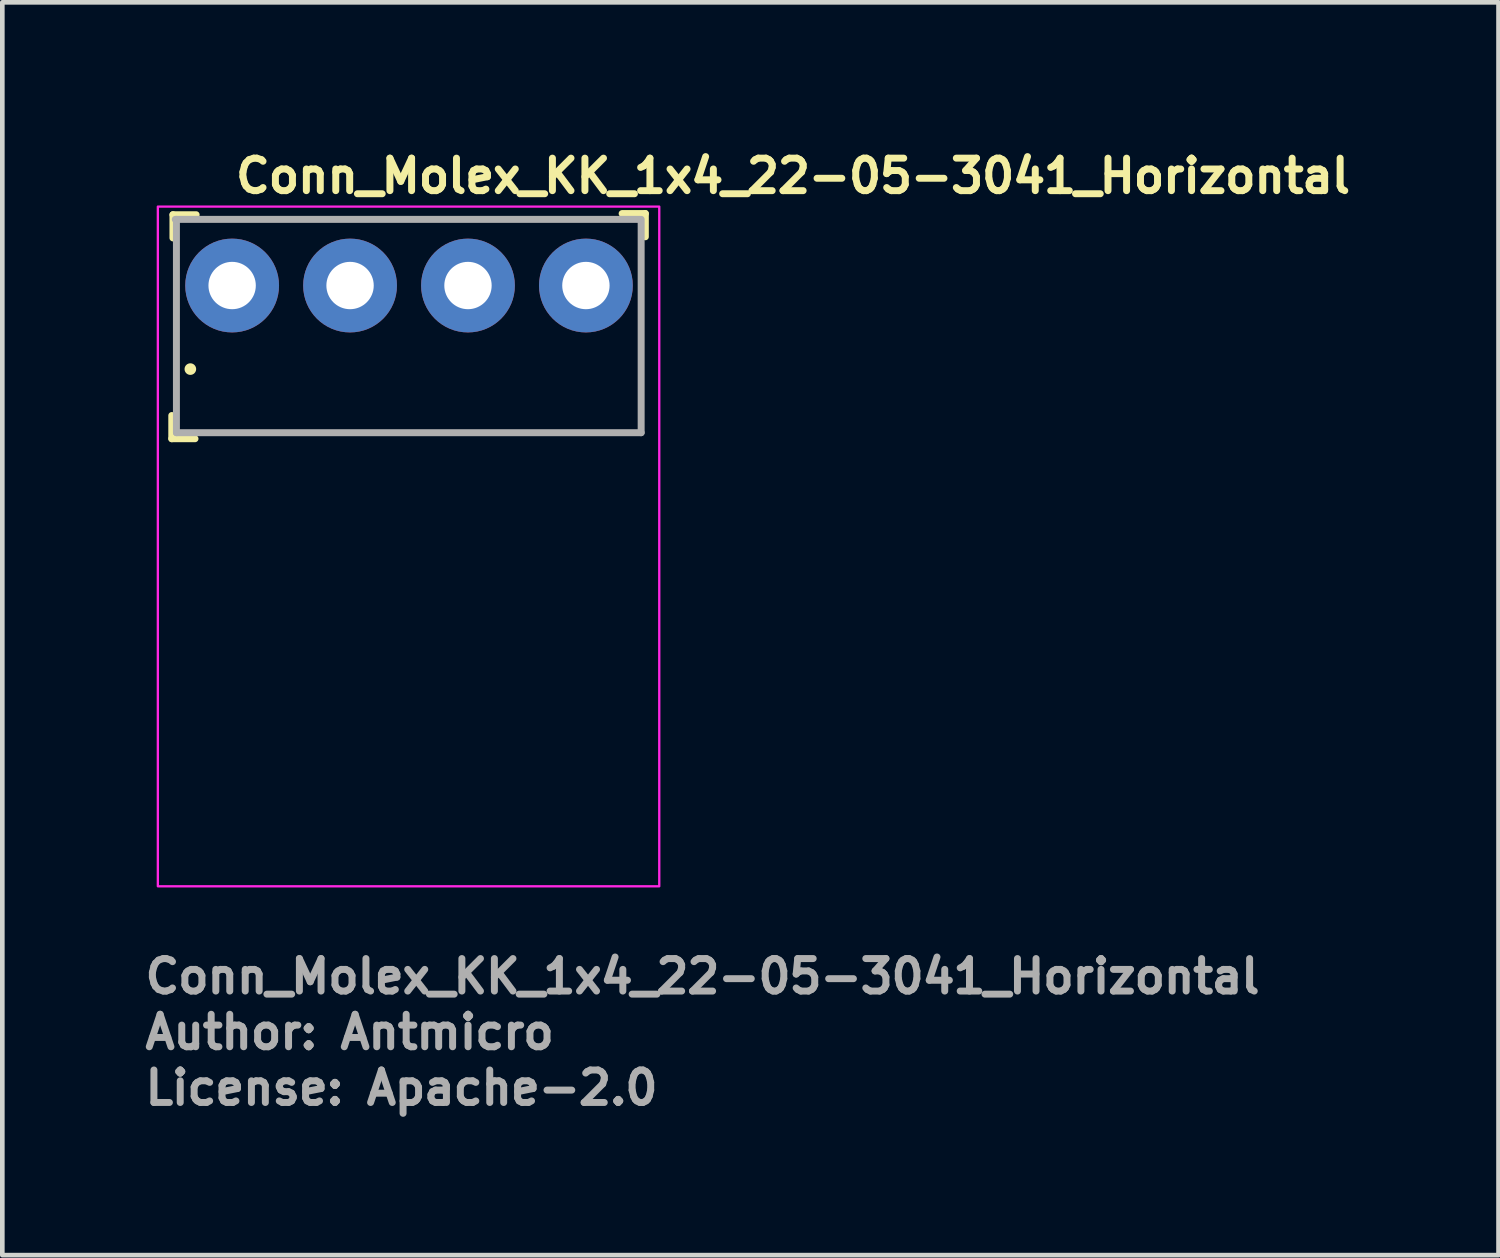
<source format=kicad_pcb>
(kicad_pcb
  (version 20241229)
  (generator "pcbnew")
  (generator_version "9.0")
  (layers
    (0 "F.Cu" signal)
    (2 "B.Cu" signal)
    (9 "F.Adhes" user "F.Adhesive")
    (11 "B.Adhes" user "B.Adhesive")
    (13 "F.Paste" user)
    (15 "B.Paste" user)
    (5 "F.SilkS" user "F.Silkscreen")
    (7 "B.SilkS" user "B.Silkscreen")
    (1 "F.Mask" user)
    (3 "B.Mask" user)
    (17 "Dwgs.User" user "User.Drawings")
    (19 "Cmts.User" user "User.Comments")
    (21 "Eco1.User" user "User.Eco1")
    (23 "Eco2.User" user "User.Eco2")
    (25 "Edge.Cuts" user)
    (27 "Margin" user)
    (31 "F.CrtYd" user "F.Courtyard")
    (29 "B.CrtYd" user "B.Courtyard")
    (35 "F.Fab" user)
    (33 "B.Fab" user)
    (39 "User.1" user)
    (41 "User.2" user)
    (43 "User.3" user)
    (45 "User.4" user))
  (footprint "Conn_Molex_KK_1x4_22-05-3041_Horizontal"
    (layer "F.Cu")
    (at 1.95 3.1)
    (property "Reference" "Conn_Molex_KK_1x4_22-05-3041_Horizontal" (at 0 -1.95 0) (layer "F.SilkS") (effects (font (size 0.7 0.7) (thickness 0.15)) (justify left bottom)))
    (attr through_hole)
    (fp_line (start -1.3 3.3) (end -1.3 2.8) (stroke (width 0.15) (type solid)) (layer "F.SilkS"))
    (fp_line (start -1.3 3.3) (end -0.8 3.3) (stroke (width 0.15) (type solid)) (layer "F.SilkS"))
    (fp_line (start -1.275 -1.525) (end -1.275 -1.025) (stroke (width 0.15) (type solid)) (layer "F.SilkS"))
    (fp_line (start -1.275 -1.525) (end -0.775 -1.525) (stroke (width 0.15) (type solid)) (layer "F.SilkS"))
    (fp_line (start 8.9 -1.55) (end 8.4 -1.55) (stroke (width 0.15) (type solid)) (layer "F.SilkS"))
    (fp_line (start 8.9 -1.55) (end 8.9 -1.05) (stroke (width 0.15) (type solid)) (layer "F.SilkS"))
    (fp_circle (center -0.9 1.8) (end -0.85 1.8) (stroke (width 0.15) (type solid)) (fill yes) (layer "F.SilkS"))
    (fp_rect (start -1.6 -1.7) (end 9.2 12.94) (stroke (width 0.05) (type solid)) (fill no) (layer "F.CrtYd"))
    (fp_line (start -1.225 -1.425) (end 8.785 -1.425) (stroke (width 0.15) (type solid)) (layer "F.Fab"))
    (fp_line (start -1.2 -1.425) (end -1.2 3.17) (stroke (width 0.15) (type solid)) (layer "F.Fab"))
    (fp_line (start -1.2 3.17) (end 8.81 3.17) (stroke (width 0.15) (type solid)) (layer "F.Fab"))
    (fp_line (start 8.81 -1.425) (end 8.81 3.17) (stroke (width 0.15) (type solid)) (layer "F.Fab"))
    (fp_rect (start -1.204 -0.576) (end 8.804 12.543) (stroke (width 0.1) (type solid)) (fill no) (layer "User.5"))
    (fp_line (start -1.204 2.662) (end -1.204 5.838) (stroke (width 0.02) (type solid)) (layer "User.9"))
    (fp_line (start -1.204 2.662) (end -0.454 2.662) (stroke (width 0.02) (type solid)) (layer "User.9"))
    (fp_line (start -1.204 5.838) (end -0.01 5.838) (stroke (width 0.02) (type solid)) (layer "User.9"))
    (fp_line (start -0.518 -0.068) (end -0.514 -0.129) (stroke (width 0.02) (type solid)) (layer "User.9"))
    (fp_line (start -0.515 -0.011) (end -0.518 -0.068) (stroke (width 0.02) (type solid)) (layer "User.9"))
    (fp_line (start -0.514 -0.129) (end -0.503 -0.19) (stroke (width 0.02) (type solid)) (layer "User.9"))
    (fp_line (start -0.505 0.045) (end -0.515 -0.011) (stroke (width 0.02) (type solid)) (layer "User.9"))
    (fp_line (start -0.503 -0.19) (end -0.485 -0.248) (stroke (width 0.02) (type solid)) (layer "User.9"))
    (fp_line (start -0.49 0.099) (end -0.505 0.045) (stroke (width 0.02) (type solid)) (layer "User.9"))
    (fp_line (start -0.485 -0.248) (end -0.46 -0.304) (stroke (width 0.02) (type solid)) (layer "User.9"))
    (fp_line (start -0.468 0.152) (end -0.49 0.099) (stroke (width 0.02) (type solid)) (layer "User.9"))
    (fp_line (start -0.46 -0.304) (end -0.428 -0.357) (stroke (width 0.02) (type solid)) (layer "User.9"))
    (fp_line (start -0.454 2.662) (end -0.454 3.298) (stroke (width 0.02) (type solid)) (layer "User.9"))
    (fp_line (start -0.44 0.202) (end -0.468 0.152) (stroke (width 0.02) (type solid)) (layer "User.9"))
    (fp_line (start -0.428 -0.357) (end -0.39 -0.405) (stroke (width 0.02) (type solid)) (layer "User.9"))
    (fp_line (start -0.408 0.248) (end -0.44 0.202) (stroke (width 0.02) (type solid)) (layer "User.9"))
    (fp_line (start -0.39 -0.405) (end -0.347 -0.448) (stroke (width 0.02) (type solid)) (layer "User.9"))
    (fp_line (start -0.37 0.291) (end -0.408 0.248) (stroke (width 0.02) (type solid)) (layer "User.9"))
    (fp_line (start -0.347 -0.448) (end -0.299 -0.486) (stroke (width 0.02) (type solid)) (layer "User.9"))
    (fp_line (start -0.328 -0.386) (end -0.328 -0.374) (stroke (width 0.02) (type solid)) (layer "User.9"))
    (fp_line (start -0.328 -0.386) (end 0.308 -0.386) (stroke (width 0.02) (type solid)) (layer "User.9"))
    (fp_line (start -0.328 -0.374) (end -0.328 -0.34) (stroke (width 0.02) (type solid)) (layer "User.9"))
    (fp_line (start -0.328 -0.34) (end -0.328 -0.284) (stroke (width 0.02) (type solid)) (layer "User.9"))
    (fp_line (start -0.328 -0.284) (end -0.328 -0.207) (stroke (width 0.02) (type solid)) (layer "User.9"))
    (fp_line (start -0.328 -0.207) (end -0.328 -0.109) (stroke (width 0.02) (type solid)) (layer "User.9"))
    (fp_line (start -0.328 -0.109) (end -0.328 0.008) (stroke (width 0.02) (type solid)) (layer "User.9"))
    (fp_line (start -0.328 0.008) (end -0.328 0.143) (stroke (width 0.02) (type solid)) (layer "User.9"))
    (fp_line (start -0.328 0.143) (end -0.328 0.293) (stroke (width 0.02) (type solid)) (layer "User.9"))
    (fp_line (start -0.328 0.293) (end -0.328 0.458) (stroke (width 0.02) (type solid)) (layer "User.9"))
    (fp_line (start -0.328 0.329) (end -0.37 0.291) (stroke (width 0.02) (type solid)) (layer "User.9"))
    (fp_line (start -0.328 0.458) (end -0.328 0.635) (stroke (width 0.02) (type solid)) (layer "User.9"))
    (fp_line (start -0.328 0.635) (end -0.328 0.822) (stroke (width 0.02) (type solid)) (layer "User.9"))
    (fp_line (start -0.328 0.822) (end -0.328 1.017) (stroke (width 0.02) (type solid)) (layer "User.9"))
    (fp_line (start -0.328 1.017) (end -0.328 1.216) (stroke (width 0.02) (type solid)) (layer "User.9"))
    (fp_line (start -0.328 1.216) (end -0.328 1.418) (stroke (width 0.02) (type solid)) (layer "User.9"))
    (fp_line (start -0.328 1.418) (end -0.328 3.298) (stroke (width 0.02) (type solid)) (layer "User.9"))
    (fp_line (start -0.328 1.418) (end 0.308 1.418) (stroke (width 0.02) (type solid)) (layer "User.9"))
    (fp_line (start -0.328 5.838) (end -0.328 12.543) (stroke (width 0.02) (type solid)) (layer "User.9"))
    (fp_line (start -0.328 5.838) (end -0.01 5.838) (stroke (width 0.02) (type solid)) (layer "User.9"))
    (fp_line (start -0.328 12.543) (end 0.308 12.543) (stroke (width 0.02) (type solid)) (layer "User.9"))
    (fp_line (start -0.299 -0.486) (end -0.246 -0.518) (stroke (width 0.02) (type solid)) (layer "User.9"))
    (fp_line (start -0.246 -0.518) (end -0.19 -0.543) (stroke (width 0.02) (type solid)) (layer "User.9"))
    (fp_line (start -0.19 -0.543) (end -0.132 -0.561) (stroke (width 0.02) (type solid)) (layer "User.9"))
    (fp_line (start -0.132 -0.561) (end -0.071 -0.572) (stroke (width 0.02) (type solid)) (layer "User.9"))
    (fp_line (start -0.071 -0.572) (end -0.01 -0.576) (stroke (width 0.02) (type solid)) (layer "User.9"))
    (fp_line (start -0.01 -0.576) (end 0.051 -0.572) (stroke (width 0.02) (type solid)) (layer "User.9"))
    (fp_line (start -0.01 5.838) (end -0.01 10.841) (stroke (width 0.02) (type solid)) (layer "User.9"))
    (fp_line (start -0.01 10.841) (end 7.61 10.841) (stroke (width 0.02) (type solid)) (layer "User.9"))
    (fp_line (start 0.051 -0.572) (end 0.112 -0.561) (stroke (width 0.02) (type solid)) (layer "User.9"))
    (fp_line (start 0.112 -0.561) (end 0.17 -0.543) (stroke (width 0.02) (type solid)) (layer "User.9"))
    (fp_line (start 0.17 -0.543) (end 0.226 -0.518) (stroke (width 0.02) (type solid)) (layer "User.9"))
    (fp_line (start 0.226 -0.518) (end 0.279 -0.486) (stroke (width 0.02) (type solid)) (layer "User.9"))
    (fp_line (start 0.279 -0.486) (end 0.327 -0.448) (stroke (width 0.02) (type solid)) (layer "User.9"))
    (fp_line (start 0.308 -0.386) (end 0.308 -0.374) (stroke (width 0.02) (type solid)) (layer "User.9"))
    (fp_line (start 0.308 -0.374) (end 0.308 -0.34) (stroke (width 0.02) (type solid)) (layer "User.9"))
    (fp_line (start 0.308 -0.34) (end 0.308 -0.284) (stroke (width 0.02) (type solid)) (layer "User.9"))
    (fp_line (start 0.308 -0.284) (end 0.308 -0.207) (stroke (width 0.02) (type solid)) (layer "User.9"))
    (fp_line (start 0.308 -0.207) (end 0.308 -0.109) (stroke (width 0.02) (type solid)) (layer "User.9"))
    (fp_line (start 0.308 -0.109) (end 0.308 0.008) (stroke (width 0.02) (type solid)) (layer "User.9"))
    (fp_line (start 0.308 0.008) (end 0.308 0.143) (stroke (width 0.02) (type solid)) (layer "User.9"))
    (fp_line (start 0.308 0.143) (end 0.308 0.293) (stroke (width 0.02) (type solid)) (layer "User.9"))
    (fp_line (start 0.308 0.293) (end 0.308 0.458) (stroke (width 0.02) (type solid)) (layer "User.9"))
    (fp_line (start 0.308 0.458) (end 0.308 0.635) (stroke (width 0.02) (type solid)) (layer "User.9"))
    (fp_line (start 0.308 0.635) (end 0.308 0.822) (stroke (width 0.02) (type solid)) (layer "User.9"))
    (fp_line (start 0.308 0.822) (end 0.308 1.017) (stroke (width 0.02) (type solid)) (layer "User.9"))
    (fp_line (start 0.308 1.017) (end 0.308 1.216) (stroke (width 0.02) (type solid)) (layer "User.9"))
    (fp_line (start 0.308 1.216) (end 0.308 1.418) (stroke (width 0.02) (type solid)) (layer "User.9"))
    (fp_line (start 0.308 1.418) (end 0.308 3.298) (stroke (width 0.02) (type solid)) (layer "User.9"))
    (fp_line (start 0.308 10.841) (end 0.308 12.543) (stroke (width 0.02) (type solid)) (layer "User.9"))
    (fp_line (start 0.327 -0.448) (end 0.37 -0.405) (stroke (width 0.02) (type solid)) (layer "User.9"))
    (fp_line (start 0.35 0.291) (end 0.308 0.329) (stroke (width 0.02) (type solid)) (layer "User.9"))
    (fp_line (start 0.37 -0.405) (end 0.408 -0.357) (stroke (width 0.02) (type solid)) (layer "User.9"))
    (fp_line (start 0.388 0.248) (end 0.35 0.291) (stroke (width 0.02) (type solid)) (layer "User.9"))
    (fp_line (start 0.408 -0.357) (end 0.44 -0.304) (stroke (width 0.02) (type solid)) (layer "User.9"))
    (fp_line (start 0.42 0.202) (end 0.388 0.248) (stroke (width 0.02) (type solid)) (layer "User.9"))
    (fp_line (start 0.434 2.662) (end 0.434 3.298) (stroke (width 0.02) (type solid)) (layer "User.9"))
    (fp_line (start 0.434 2.662) (end 2.086 2.662) (stroke (width 0.02) (type solid)) (layer "User.9"))
    (fp_line (start 0.434 3.298) (end -0.454 3.298) (stroke (width 0.02) (type solid)) (layer "User.9"))
    (fp_line (start 0.44 -0.304) (end 0.465 -0.248) (stroke (width 0.02) (type solid)) (layer "User.9"))
    (fp_line (start 0.448 0.152) (end 0.42 0.202) (stroke (width 0.02) (type solid)) (layer "User.9"))
    (fp_line (start 0.465 -0.248) (end 0.483 -0.19) (stroke (width 0.02) (type solid)) (layer "User.9"))
    (fp_line (start 0.47 0.099) (end 0.448 0.152) (stroke (width 0.02) (type solid)) (layer "User.9"))
    (fp_line (start 0.483 -0.19) (end 0.494 -0.129) (stroke (width 0.02) (type solid)) (layer "User.9"))
    (fp_line (start 0.485 0.045) (end 0.47 0.099) (stroke (width 0.02) (type solid)) (layer "User.9"))
    (fp_line (start 0.494 -0.129) (end 0.498 -0.068) (stroke (width 0.02) (type solid)) (layer "User.9"))
    (fp_line (start 0.495 -0.011) (end 0.485 0.045) (stroke (width 0.02) (type solid)) (layer "User.9"))
    (fp_line (start 0.498 -0.068) (end 0.495 -0.011) (stroke (width 0.02) (type solid)) (layer "User.9"))
    (fp_line (start 2.022 -0.068) (end 2.026 -0.129) (stroke (width 0.02) (type solid)) (layer "User.9"))
    (fp_line (start 2.025 -0.011) (end 2.022 -0.068) (stroke (width 0.02) (type solid)) (layer "User.9"))
    (fp_line (start 2.026 -0.129) (end 2.037 -0.19) (stroke (width 0.02) (type solid)) (layer "User.9"))
    (fp_line (start 2.035 0.045) (end 2.025 -0.011) (stroke (width 0.02) (type solid)) (layer "User.9"))
    (fp_line (start 2.037 -0.19) (end 2.055 -0.248) (stroke (width 0.02) (type solid)) (layer "User.9"))
    (fp_line (start 2.05 0.099) (end 2.035 0.045) (stroke (width 0.02) (type solid)) (layer "User.9"))
    (fp_line (start 2.055 -0.248) (end 2.08 -0.304) (stroke (width 0.02) (type solid)) (layer "User.9"))
    (fp_line (start 2.072 0.152) (end 2.05 0.099) (stroke (width 0.02) (type solid)) (layer "User.9"))
    (fp_line (start 2.08 -0.304) (end 2.112 -0.357) (stroke (width 0.02) (type solid)) (layer "User.9"))
    (fp_line (start 2.086 2.662) (end 2.086 3.298) (stroke (width 0.02) (type solid)) (layer "User.9"))
    (fp_line (start 2.1 0.202) (end 2.072 0.152) (stroke (width 0.02) (type solid)) (layer "User.9"))
    (fp_line (start 2.112 -0.357) (end 2.15 -0.405) (stroke (width 0.02) (type solid)) (layer "User.9"))
    (fp_line (start 2.132 0.248) (end 2.1 0.202) (stroke (width 0.02) (type solid)) (layer "User.9"))
    (fp_line (start 2.15 -0.405) (end 2.193 -0.448) (stroke (width 0.02) (type solid)) (layer "User.9"))
    (fp_line (start 2.17 0.291) (end 2.132 0.248) (stroke (width 0.02) (type solid)) (layer "User.9"))
    (fp_line (start 2.193 -0.448) (end 2.241 -0.486) (stroke (width 0.02) (type solid)) (layer "User.9"))
    (fp_line (start 2.212 -0.386) (end 2.212 -0.374) (stroke (width 0.02) (type solid)) (layer "User.9"))
    (fp_line (start 2.212 -0.386) (end 2.848 -0.386) (stroke (width 0.02) (type solid)) (layer "User.9"))
    (fp_line (start 2.212 -0.374) (end 2.212 -0.34) (stroke (width 0.02) (type solid)) (layer "User.9"))
    (fp_line (start 2.212 -0.34) (end 2.212 -0.284) (stroke (width 0.02) (type solid)) (layer "User.9"))
    (fp_line (start 2.212 -0.284) (end 2.212 -0.207) (stroke (width 0.02) (type solid)) (layer "User.9"))
    (fp_line (start 2.212 -0.207) (end 2.212 -0.109) (stroke (width 0.02) (type solid)) (layer "User.9"))
    (fp_line (start 2.212 -0.109) (end 2.212 0.008) (stroke (width 0.02) (type solid)) (layer "User.9"))
    (fp_line (start 2.212 0.008) (end 2.212 0.143) (stroke (width 0.02) (type solid)) (layer "User.9"))
    (fp_line (start 2.212 0.143) (end 2.212 0.293) (stroke (width 0.02) (type solid)) (layer "User.9"))
    (fp_line (start 2.212 0.293) (end 2.212 0.458) (stroke (width 0.02) (type solid)) (layer "User.9"))
    (fp_line (start 2.212 0.329) (end 2.17 0.291) (stroke (width 0.02) (type solid)) (layer "User.9"))
    (fp_line (start 2.212 0.458) (end 2.212 0.635) (stroke (width 0.02) (type solid)) (layer "User.9"))
    (fp_line (start 2.212 0.635) (end 2.212 0.822) (stroke (width 0.02) (type solid)) (layer "User.9"))
    (fp_line (start 2.212 0.822) (end 2.212 1.017) (stroke (width 0.02) (type solid)) (layer "User.9"))
    (fp_line (start 2.212 1.017) (end 2.212 1.216) (stroke (width 0.02) (type solid)) (layer "User.9"))
    (fp_line (start 2.212 1.216) (end 2.212 1.418) (stroke (width 0.02) (type solid)) (layer "User.9"))
    (fp_line (start 2.212 1.418) (end 2.212 3.298) (stroke (width 0.02) (type solid)) (layer "User.9"))
    (fp_line (start 2.212 1.418) (end 2.848 1.418) (stroke (width 0.02) (type solid)) (layer "User.9"))
    (fp_line (start 2.212 10.841) (end 2.212 12.543) (stroke (width 0.02) (type solid)) (layer "User.9"))
    (fp_line (start 2.212 12.543) (end 2.848 12.543) (stroke (width 0.02) (type solid)) (layer "User.9"))
    (fp_line (start 2.241 -0.486) (end 2.294 -0.518) (stroke (width 0.02) (type solid)) (layer "User.9"))
    (fp_line (start 2.294 -0.518) (end 2.35 -0.543) (stroke (width 0.02) (type solid)) (layer "User.9"))
    (fp_line (start 2.35 -0.543) (end 2.408 -0.561) (stroke (width 0.02) (type solid)) (layer "User.9"))
    (fp_line (start 2.408 -0.561) (end 2.469 -0.572) (stroke (width 0.02) (type solid)) (layer "User.9"))
    (fp_line (start 2.469 -0.572) (end 2.53 -0.576) (stroke (width 0.02) (type solid)) (layer "User.9"))
    (fp_line (start 2.53 -0.576) (end 2.591 -0.572) (stroke (width 0.02) (type solid)) (layer "User.9"))
    (fp_line (start 2.591 -0.572) (end 2.652 -0.561) (stroke (width 0.02) (type solid)) (layer "User.9"))
    (fp_line (start 2.652 -0.561) (end 2.71 -0.543) (stroke (width 0.02) (type solid)) (layer "User.9"))
    (fp_line (start 2.71 -0.543) (end 2.766 -0.518) (stroke (width 0.02) (type solid)) (layer "User.9"))
    (fp_line (start 2.766 -0.518) (end 2.819 -0.486) (stroke (width 0.02) (type solid)) (layer "User.9"))
    (fp_line (start 2.819 -0.486) (end 2.867 -0.448) (stroke (width 0.02) (type solid)) (layer "User.9"))
    (fp_line (start 2.848 -0.386) (end 2.848 -0.374) (stroke (width 0.02) (type solid)) (layer "User.9"))
    (fp_line (start 2.848 -0.374) (end 2.848 -0.34) (stroke (width 0.02) (type solid)) (layer "User.9"))
    (fp_line (start 2.848 -0.34) (end 2.848 -0.284) (stroke (width 0.02) (type solid)) (layer "User.9"))
    (fp_line (start 2.848 -0.284) (end 2.848 -0.207) (stroke (width 0.02) (type solid)) (layer "User.9"))
    (fp_line (start 2.848 -0.207) (end 2.848 -0.109) (stroke (width 0.02) (type solid)) (layer "User.9"))
    (fp_line (start 2.848 -0.109) (end 2.848 0.008) (stroke (width 0.02) (type solid)) (layer "User.9"))
    (fp_line (start 2.848 0.008) (end 2.848 0.143) (stroke (width 0.02) (type solid)) (layer "User.9"))
    (fp_line (start 2.848 0.143) (end 2.848 0.293) (stroke (width 0.02) (type solid)) (layer "User.9"))
    (fp_line (start 2.848 0.293) (end 2.848 0.458) (stroke (width 0.02) (type solid)) (layer "User.9"))
    (fp_line (start 2.848 0.458) (end 2.848 0.635) (stroke (width 0.02) (type solid)) (layer "User.9"))
    (fp_line (start 2.848 0.635) (end 2.848 0.822) (stroke (width 0.02) (type solid)) (layer "User.9"))
    (fp_line (start 2.848 0.822) (end 2.848 1.017) (stroke (width 0.02) (type solid)) (layer "User.9"))
    (fp_line (start 2.848 1.017) (end 2.848 1.216) (stroke (width 0.02) (type solid)) (layer "User.9"))
    (fp_line (start 2.848 1.216) (end 2.848 1.418) (stroke (width 0.02) (type solid)) (layer "User.9"))
    (fp_line (start 2.848 1.418) (end 2.848 3.298) (stroke (width 0.02) (type solid)) (layer "User.9"))
    (fp_line (start 2.848 10.841) (end 2.848 12.543) (stroke (width 0.02) (type solid)) (layer "User.9"))
    (fp_line (start 2.867 -0.448) (end 2.91 -0.405) (stroke (width 0.02) (type solid)) (layer "User.9"))
    (fp_line (start 2.89 0.291) (end 2.848 0.329) (stroke (width 0.02) (type solid)) (layer "User.9"))
    (fp_line (start 2.91 -0.405) (end 2.948 -0.357) (stroke (width 0.02) (type solid)) (layer "User.9"))
    (fp_line (start 2.928 0.248) (end 2.89 0.291) (stroke (width 0.02) (type solid)) (layer "User.9"))
    (fp_line (start 2.948 -0.357) (end 2.98 -0.304) (stroke (width 0.02) (type solid)) (layer "User.9"))
    (fp_line (start 2.96 0.202) (end 2.928 0.248) (stroke (width 0.02) (type solid)) (layer "User.9"))
    (fp_line (start 2.974 2.662) (end 2.974 3.298) (stroke (width 0.02) (type solid)) (layer "User.9"))
    (fp_line (start 2.974 2.662) (end 4.626 2.662) (stroke (width 0.02) (type solid)) (layer "User.9"))
    (fp_line (start 2.974 3.298) (end 2.086 3.298) (stroke (width 0.02) (type solid)) (layer "User.9"))
    (fp_line (start 2.98 -0.304) (end 3.005 -0.248) (stroke (width 0.02) (type solid)) (layer "User.9"))
    (fp_line (start 2.988 0.152) (end 2.96 0.202) (stroke (width 0.02) (type solid)) (layer "User.9"))
    (fp_line (start 3.005 -0.248) (end 3.023 -0.19) (stroke (width 0.02) (type solid)) (layer "User.9"))
    (fp_line (start 3.01 0.099) (end 2.988 0.152) (stroke (width 0.02) (type solid)) (layer "User.9"))
    (fp_line (start 3.023 -0.19) (end 3.034 -0.129) (stroke (width 0.02) (type solid)) (layer "User.9"))
    (fp_line (start 3.025 0.045) (end 3.01 0.099) (stroke (width 0.02) (type solid)) (layer "User.9"))
    (fp_line (start 3.034 -0.129) (end 3.038 -0.068) (stroke (width 0.02) (type solid)) (layer "User.9"))
    (fp_line (start 3.035 -0.011) (end 3.025 0.045) (stroke (width 0.02) (type solid)) (layer "User.9"))
    (fp_line (start 3.038 -0.068) (end 3.035 -0.011) (stroke (width 0.02) (type solid)) (layer "User.9"))
    (fp_line (start 4.562 -0.068) (end 4.566 -0.129) (stroke (width 0.02) (type solid)) (layer "User.9"))
    (fp_line (start 4.565 -0.011) (end 4.562 -0.068) (stroke (width 0.02) (type solid)) (layer "User.9"))
    (fp_line (start 4.566 -0.129) (end 4.577 -0.19) (stroke (width 0.02) (type solid)) (layer "User.9"))
    (fp_line (start 4.575 0.045) (end 4.565 -0.011) (stroke (width 0.02) (type solid)) (layer "User.9"))
    (fp_line (start 4.577 -0.19) (end 4.595 -0.248) (stroke (width 0.02) (type solid)) (layer "User.9"))
    (fp_line (start 4.59 0.099) (end 4.575 0.045) (stroke (width 0.02) (type solid)) (layer "User.9"))
    (fp_line (start 4.595 -0.248) (end 4.62 -0.304) (stroke (width 0.02) (type solid)) (layer "User.9"))
    (fp_line (start 4.612 0.152) (end 4.59 0.099) (stroke (width 0.02) (type solid)) (layer "User.9"))
    (fp_line (start 4.62 -0.304) (end 4.652 -0.357) (stroke (width 0.02) (type solid)) (layer "User.9"))
    (fp_line (start 4.626 2.662) (end 4.626 3.298) (stroke (width 0.02) (type solid)) (layer "User.9"))
    (fp_line (start 4.64 0.202) (end 4.612 0.152) (stroke (width 0.02) (type solid)) (layer "User.9"))
    (fp_line (start 4.652 -0.357) (end 4.69 -0.405) (stroke (width 0.02) (type solid)) (layer "User.9"))
    (fp_line (start 4.672 0.248) (end 4.64 0.202) (stroke (width 0.02) (type solid)) (layer "User.9"))
    (fp_line (start 4.69 -0.405) (end 4.733 -0.448) (stroke (width 0.02) (type solid)) (layer "User.9"))
    (fp_line (start 4.71 0.291) (end 4.672 0.248) (stroke (width 0.02) (type solid)) (layer "User.9"))
    (fp_line (start 4.733 -0.448) (end 4.781 -0.486) (stroke (width 0.02) (type solid)) (layer "User.9"))
    (fp_line (start 4.752 -0.386) (end 4.752 -0.374) (stroke (width 0.02) (type solid)) (layer "User.9"))
    (fp_line (start 4.752 -0.386) (end 5.388 -0.386) (stroke (width 0.02) (type solid)) (layer "User.9"))
    (fp_line (start 4.752 -0.374) (end 4.752 -0.34) (stroke (width 0.02) (type solid)) (layer "User.9"))
    (fp_line (start 4.752 -0.34) (end 4.752 -0.284) (stroke (width 0.02) (type solid)) (layer "User.9"))
    (fp_line (start 4.752 -0.284) (end 4.752 -0.207) (stroke (width 0.02) (type solid)) (layer "User.9"))
    (fp_line (start 4.752 -0.207) (end 4.752 -0.109) (stroke (width 0.02) (type solid)) (layer "User.9"))
    (fp_line (start 4.752 -0.109) (end 4.752 0.008) (stroke (width 0.02) (type solid)) (layer "User.9"))
    (fp_line (start 4.752 0.008) (end 4.752 0.143) (stroke (width 0.02) (type solid)) (layer "User.9"))
    (fp_line (start 4.752 0.143) (end 4.752 0.293) (stroke (width 0.02) (type solid)) (layer "User.9"))
    (fp_line (start 4.752 0.293) (end 4.752 0.458) (stroke (width 0.02) (type solid)) (layer "User.9"))
    (fp_line (start 4.752 0.329) (end 4.71 0.291) (stroke (width 0.02) (type solid)) (layer "User.9"))
    (fp_line (start 4.752 0.458) (end 4.752 0.635) (stroke (width 0.02) (type solid)) (layer "User.9"))
    (fp_line (start 4.752 0.635) (end 4.752 0.822) (stroke (width 0.02) (type solid)) (layer "User.9"))
    (fp_line (start 4.752 0.822) (end 4.752 1.017) (stroke (width 0.02) (type solid)) (layer "User.9"))
    (fp_line (start 4.752 1.017) (end 4.752 1.216) (stroke (width 0.02) (type solid)) (layer "User.9"))
    (fp_line (start 4.752 1.216) (end 4.752 1.418) (stroke (width 0.02) (type solid)) (layer "User.9"))
    (fp_line (start 4.752 1.418) (end 4.752 3.298) (stroke (width 0.02) (type solid)) (layer "User.9"))
    (fp_line (start 4.752 1.418) (end 5.388 1.418) (stroke (width 0.02) (type solid)) (layer "User.9"))
    (fp_line (start 4.752 10.841) (end 4.752 12.543) (stroke (width 0.02) (type solid)) (layer "User.9"))
    (fp_line (start 4.752 12.543) (end 5.388 12.543) (stroke (width 0.02) (type solid)) (layer "User.9"))
    (fp_line (start 4.781 -0.486) (end 4.834 -0.518) (stroke (width 0.02) (type solid)) (layer "User.9"))
    (fp_line (start 4.834 -0.518) (end 4.89 -0.543) (stroke (width 0.02) (type solid)) (layer "User.9"))
    (fp_line (start 4.89 -0.543) (end 4.948 -0.561) (stroke (width 0.02) (type solid)) (layer "User.9"))
    (fp_line (start 4.948 -0.561) (end 5.009 -0.572) (stroke (width 0.02) (type solid)) (layer "User.9"))
    (fp_line (start 5.009 -0.572) (end 5.07 -0.576) (stroke (width 0.02) (type solid)) (layer "User.9"))
    (fp_line (start 5.07 -0.576) (end 5.131 -0.572) (stroke (width 0.02) (type solid)) (layer "User.9"))
    (fp_line (start 5.131 -0.572) (end 5.192 -0.561) (stroke (width 0.02) (type solid)) (layer "User.9"))
    (fp_line (start 5.192 -0.561) (end 5.25 -0.543) (stroke (width 0.02) (type solid)) (layer "User.9"))
    (fp_line (start 5.25 -0.543) (end 5.306 -0.518) (stroke (width 0.02) (type solid)) (layer "User.9"))
    (fp_line (start 5.306 -0.518) (end 5.359 -0.486) (stroke (width 0.02) (type solid)) (layer "User.9"))
    (fp_line (start 5.359 -0.486) (end 5.407 -0.448) (stroke (width 0.02) (type solid)) (layer "User.9"))
    (fp_line (start 5.388 -0.386) (end 5.388 -0.374) (stroke (width 0.02) (type solid)) (layer "User.9"))
    (fp_line (start 5.388 -0.374) (end 5.388 -0.34) (stroke (width 0.02) (type solid)) (layer "User.9"))
    (fp_line (start 5.388 -0.34) (end 5.388 -0.284) (stroke (width 0.02) (type solid)) (layer "User.9"))
    (fp_line (start 5.388 -0.284) (end 5.388 -0.207) (stroke (width 0.02) (type solid)) (layer "User.9"))
    (fp_line (start 5.388 -0.207) (end 5.388 -0.109) (stroke (width 0.02) (type solid)) (layer "User.9"))
    (fp_line (start 5.388 -0.109) (end 5.388 0.008) (stroke (width 0.02) (type solid)) (layer "User.9"))
    (fp_line (start 5.388 0.008) (end 5.388 0.143) (stroke (width 0.02) (type solid)) (layer "User.9"))
    (fp_line (start 5.388 0.143) (end 5.388 0.293) (stroke (width 0.02) (type solid)) (layer "User.9"))
    (fp_line (start 5.388 0.293) (end 5.388 0.458) (stroke (width 0.02) (type solid)) (layer "User.9"))
    (fp_line (start 5.388 0.458) (end 5.388 0.635) (stroke (width 0.02) (type solid)) (layer "User.9"))
    (fp_line (start 5.388 0.635) (end 5.388 0.822) (stroke (width 0.02) (type solid)) (layer "User.9"))
    (fp_line (start 5.388 0.822) (end 5.388 1.017) (stroke (width 0.02) (type solid)) (layer "User.9"))
    (fp_line (start 5.388 1.017) (end 5.388 1.216) (stroke (width 0.02) (type solid)) (layer "User.9"))
    (fp_line (start 5.388 1.216) (end 5.388 1.418) (stroke (width 0.02) (type solid)) (layer "User.9"))
    (fp_line (start 5.388 1.418) (end 5.388 3.298) (stroke (width 0.02) (type solid)) (layer "User.9"))
    (fp_line (start 5.388 10.841) (end 5.388 12.543) (stroke (width 0.02) (type solid)) (layer "User.9"))
    (fp_line (start 5.407 -0.448) (end 5.45 -0.405) (stroke (width 0.02) (type solid)) (layer "User.9"))
    (fp_line (start 5.43 0.291) (end 5.388 0.329) (stroke (width 0.02) (type solid)) (layer "User.9"))
    (fp_line (start 5.45 -0.405) (end 5.488 -0.357) (stroke (width 0.02) (type solid)) (layer "User.9"))
    (fp_line (start 5.468 0.248) (end 5.43 0.291) (stroke (width 0.02) (type solid)) (layer "User.9"))
    (fp_line (start 5.488 -0.357) (end 5.52 -0.304) (stroke (width 0.02) (type solid)) (layer "User.9"))
    (fp_line (start 5.5 0.202) (end 5.468 0.248) (stroke (width 0.02) (type solid)) (layer "User.9"))
    (fp_line (start 5.514 2.662) (end 5.514 3.298) (stroke (width 0.02) (type solid)) (layer "User.9"))
    (fp_line (start 5.514 2.662) (end 7.166 2.662) (stroke (width 0.02) (type solid)) (layer "User.9"))
    (fp_line (start 5.514 3.298) (end 4.626 3.298) (stroke (width 0.02) (type solid)) (layer "User.9"))
    (fp_line (start 5.52 -0.304) (end 5.545 -0.248) (stroke (width 0.02) (type solid)) (layer "User.9"))
    (fp_line (start 5.528 0.152) (end 5.5 0.202) (stroke (width 0.02) (type solid)) (layer "User.9"))
    (fp_line (start 5.545 -0.248) (end 5.563 -0.19) (stroke (width 0.02) (type solid)) (layer "User.9"))
    (fp_line (start 5.55 0.099) (end 5.528 0.152) (stroke (width 0.02) (type solid)) (layer "User.9"))
    (fp_line (start 5.563 -0.19) (end 5.574 -0.129) (stroke (width 0.02) (type solid)) (layer "User.9"))
    (fp_line (start 5.565 0.045) (end 5.55 0.099) (stroke (width 0.02) (type solid)) (layer "User.9"))
    (fp_line (start 5.574 -0.129) (end 5.578 -0.068) (stroke (width 0.02) (type solid)) (layer "User.9"))
    (fp_line (start 5.575 -0.011) (end 5.565 0.045) (stroke (width 0.02) (type solid)) (layer "User.9"))
    (fp_line (start 5.578 -0.068) (end 5.575 -0.011) (stroke (width 0.02) (type solid)) (layer "User.9"))
    (fp_line (start 7.102 -0.068) (end 7.106 -0.129) (stroke (width 0.02) (type solid)) (layer "User.9"))
    (fp_line (start 7.105 -0.011) (end 7.102 -0.068) (stroke (width 0.02) (type solid)) (layer "User.9"))
    (fp_line (start 7.106 -0.129) (end 7.117 -0.19) (stroke (width 0.02) (type solid)) (layer "User.9"))
    (fp_line (start 7.115 0.045) (end 7.105 -0.011) (stroke (width 0.02) (type solid)) (layer "User.9"))
    (fp_line (start 7.117 -0.19) (end 7.135 -0.248) (stroke (width 0.02) (type solid)) (layer "User.9"))
    (fp_line (start 7.13 0.099) (end 7.115 0.045) (stroke (width 0.02) (type solid)) (layer "User.9"))
    (fp_line (start 7.135 -0.248) (end 7.16 -0.304) (stroke (width 0.02) (type solid)) (layer "User.9"))
    (fp_line (start 7.152 0.152) (end 7.13 0.099) (stroke (width 0.02) (type solid)) (layer "User.9"))
    (fp_line (start 7.16 -0.304) (end 7.192 -0.357) (stroke (width 0.02) (type solid)) (layer "User.9"))
    (fp_line (start 7.166 2.662) (end 7.166 3.298) (stroke (width 0.02) (type solid)) (layer "User.9"))
    (fp_line (start 7.18 0.202) (end 7.152 0.152) (stroke (width 0.02) (type solid)) (layer "User.9"))
    (fp_line (start 7.192 -0.357) (end 7.23 -0.405) (stroke (width 0.02) (type solid)) (layer "User.9"))
    (fp_line (start 7.212 0.248) (end 7.18 0.202) (stroke (width 0.02) (type solid)) (layer "User.9"))
    (fp_line (start 7.23 -0.405) (end 7.273 -0.448) (stroke (width 0.02) (type solid)) (layer "User.9"))
    (fp_line (start 7.25 0.291) (end 7.212 0.248) (stroke (width 0.02) (type solid)) (layer "User.9"))
    (fp_line (start 7.273 -0.448) (end 7.321 -0.486) (stroke (width 0.02) (type solid)) (layer "User.9"))
    (fp_line (start 7.292 -0.386) (end 7.292 -0.374) (stroke (width 0.02) (type solid)) (layer "User.9"))
    (fp_line (start 7.292 -0.386) (end 7.928 -0.386) (stroke (width 0.02) (type solid)) (layer "User.9"))
    (fp_line (start 7.292 -0.374) (end 7.292 -0.34) (stroke (width 0.02) (type solid)) (layer "User.9"))
    (fp_line (start 7.292 -0.34) (end 7.292 -0.284) (stroke (width 0.02) (type solid)) (layer "User.9"))
    (fp_line (start 7.292 -0.284) (end 7.292 -0.207) (stroke (width 0.02) (type solid)) (layer "User.9"))
    (fp_line (start 7.292 -0.207) (end 7.292 -0.109) (stroke (width 0.02) (type solid)) (layer "User.9"))
    (fp_line (start 7.292 -0.109) (end 7.292 0.008) (stroke (width 0.02) (type solid)) (layer "User.9"))
    (fp_line (start 7.292 0.008) (end 7.292 0.143) (stroke (width 0.02) (type solid)) (layer "User.9"))
    (fp_line (start 7.292 0.143) (end 7.292 0.293) (stroke (width 0.02) (type solid)) (layer "User.9"))
    (fp_line (start 7.292 0.293) (end 7.292 0.458) (stroke (width 0.02) (type solid)) (layer "User.9"))
    (fp_line (start 7.292 0.329) (end 7.25 0.291) (stroke (width 0.02) (type solid)) (layer "User.9"))
    (fp_line (start 7.292 0.458) (end 7.292 0.635) (stroke (width 0.02) (type solid)) (layer "User.9"))
    (fp_line (start 7.292 0.635) (end 7.292 0.822) (stroke (width 0.02) (type solid)) (layer "User.9"))
    (fp_line (start 7.292 0.822) (end 7.292 1.017) (stroke (width 0.02) (type solid)) (layer "User.9"))
    (fp_line (start 7.292 1.017) (end 7.292 1.216) (stroke (width 0.02) (type solid)) (layer "User.9"))
    (fp_line (start 7.292 1.216) (end 7.292 1.418) (stroke (width 0.02) (type solid)) (layer "User.9"))
    (fp_line (start 7.292 1.418) (end 7.292 3.298) (stroke (width 0.02) (type solid)) (layer "User.9"))
    (fp_line (start 7.292 1.418) (end 7.928 1.418) (stroke (width 0.02) (type solid)) (layer "User.9"))
    (fp_line (start 7.292 10.841) (end 7.292 12.543) (stroke (width 0.02) (type solid)) (layer "User.9"))
    (fp_line (start 7.292 12.543) (end 7.928 12.543) (stroke (width 0.02) (type solid)) (layer "User.9"))
    (fp_line (start 7.321 -0.486) (end 7.374 -0.518) (stroke (width 0.02) (type solid)) (layer "User.9"))
    (fp_line (start 7.374 -0.518) (end 7.43 -0.543) (stroke (width 0.02) (type solid)) (layer "User.9"))
    (fp_line (start 7.43 -0.543) (end 7.488 -0.561) (stroke (width 0.02) (type solid)) (layer "User.9"))
    (fp_line (start 7.488 -0.561) (end 7.549 -0.572) (stroke (width 0.02) (type solid)) (layer "User.9"))
    (fp_line (start 7.549 -0.572) (end 7.61 -0.576) (stroke (width 0.02) (type solid)) (layer "User.9"))
    (fp_line (start 7.61 -0.576) (end 7.671 -0.572) (stroke (width 0.02) (type solid)) (layer "User.9"))
    (fp_line (start 7.61 5.838) (end 7.61 10.841) (stroke (width 0.02) (type solid)) (layer "User.9"))
    (fp_line (start 7.61 5.838) (end 7.928 5.838) (stroke (width 0.02) (type solid)) (layer "User.9"))
    (fp_line (start 7.61 5.838) (end 8.804 5.838) (stroke (width 0.02) (type solid)) (layer "User.9"))
    (fp_line (start 7.671 -0.572) (end 7.732 -0.561) (stroke (width 0.02) (type solid)) (layer "User.9"))
    (fp_line (start 7.732 -0.561) (end 7.79 -0.543) (stroke (width 0.02) (type solid)) (layer "User.9"))
    (fp_line (start 7.79 -0.543) (end 7.846 -0.518) (stroke (width 0.02) (type solid)) (layer "User.9"))
    (fp_line (start 7.846 -0.518) (end 7.899 -0.486) (stroke (width 0.02) (type solid)) (layer "User.9"))
    (fp_line (start 7.899 -0.486) (end 7.947 -0.448) (stroke (width 0.02) (type solid)) (layer "User.9"))
    (fp_line (start 7.928 -0.386) (end 7.928 -0.374) (stroke (width 0.02) (type solid)) (layer "User.9"))
    (fp_line (start 7.928 -0.374) (end 7.928 -0.34) (stroke (width 0.02) (type solid)) (layer "User.9"))
    (fp_line (start 7.928 -0.34) (end 7.928 -0.284) (stroke (width 0.02) (type solid)) (layer "User.9"))
    (fp_line (start 7.928 -0.284) (end 7.928 -0.207) (stroke (width 0.02) (type solid)) (layer "User.9"))
    (fp_line (start 7.928 -0.207) (end 7.928 -0.109) (stroke (width 0.02) (type solid)) (layer "User.9"))
    (fp_line (start 7.928 -0.109) (end 7.928 0.008) (stroke (width 0.02) (type solid)) (layer "User.9"))
    (fp_line (start 7.928 0.008) (end 7.928 0.143) (stroke (width 0.02) (type solid)) (layer "User.9"))
    (fp_line (start 7.928 0.143) (end 7.928 0.293) (stroke (width 0.02) (type solid)) (layer "User.9"))
    (fp_line (start 7.928 0.293) (end 7.928 0.458) (stroke (width 0.02) (type solid)) (layer "User.9"))
    (fp_line (start 7.928 0.458) (end 7.928 0.635) (stroke (width 0.02) (type solid)) (layer "User.9"))
    (fp_line (start 7.928 0.635) (end 7.928 0.822) (stroke (width 0.02) (type solid)) (layer "User.9"))
    (fp_line (start 7.928 0.822) (end 7.928 1.017) (stroke (width 0.02) (type solid)) (layer "User.9"))
    (fp_line (start 7.928 1.017) (end 7.928 1.216) (stroke (width 0.02) (type solid)) (layer "User.9"))
    (fp_line (start 7.928 1.216) (end 7.928 1.418) (stroke (width 0.02) (type solid)) (layer "User.9"))
    (fp_line (start 7.928 1.418) (end 7.928 3.298) (stroke (width 0.02) (type solid)) (layer "User.9"))
    (fp_line (start 7.928 5.838) (end 7.928 12.543) (stroke (width 0.02) (type solid)) (layer "User.9"))
    (fp_line (start 7.947 -0.448) (end 7.99 -0.405) (stroke (width 0.02) (type solid)) (layer "User.9"))
    (fp_line (start 7.97 0.291) (end 7.928 0.329) (stroke (width 0.02) (type solid)) (layer "User.9"))
    (fp_line (start 7.99 -0.405) (end 8.028 -0.357) (stroke (width 0.02) (type solid)) (layer "User.9"))
    (fp_line (start 8.008 0.248) (end 7.97 0.291) (stroke (width 0.02) (type solid)) (layer "User.9"))
    (fp_line (start 8.028 -0.357) (end 8.06 -0.304) (stroke (width 0.02) (type solid)) (layer "User.9"))
    (fp_line (start 8.04 0.202) (end 8.008 0.248) (stroke (width 0.02) (type solid)) (layer "User.9"))
    (fp_line (start 8.055 2.662) (end 8.055 3.298) (stroke (width 0.02) (type solid)) (layer "User.9"))
    (fp_line (start 8.055 2.662) (end 8.804 2.662) (stroke (width 0.02) (type solid)) (layer "User.9"))
    (fp_line (start 8.055 3.298) (end 7.166 3.298) (stroke (width 0.02) (type solid)) (layer "User.9"))
    (fp_line (start 8.06 -0.304) (end 8.085 -0.248) (stroke (width 0.02) (type solid)) (layer "User.9"))
    (fp_line (start 8.068 0.152) (end 8.04 0.202) (stroke (width 0.02) (type solid)) (layer "User.9"))
    (fp_line (start 8.085 -0.248) (end 8.103 -0.19) (stroke (width 0.02) (type solid)) (layer "User.9"))
    (fp_line (start 8.09 0.099) (end 8.068 0.152) (stroke (width 0.02) (type solid)) (layer "User.9"))
    (fp_line (start 8.103 -0.19) (end 8.114 -0.129) (stroke (width 0.02) (type solid)) (layer "User.9"))
    (fp_line (start 8.105 0.045) (end 8.09 0.099) (stroke (width 0.02) (type solid)) (layer "User.9"))
    (fp_line (start 8.114 -0.129) (end 8.118 -0.068) (stroke (width 0.02) (type solid)) (layer "User.9"))
    (fp_line (start 8.115 -0.011) (end 8.105 0.045) (stroke (width 0.02) (type solid)) (layer "User.9"))
    (fp_line (start 8.118 -0.068) (end 8.115 -0.011) (stroke (width 0.02) (type solid)) (layer "User.9"))
    (fp_line (start 8.804 2.662) (end 8.804 5.838) (stroke (width 0.02) (type solid)) (layer "User.9"))
    (fp_text user "${REFERENCE}" (at -1.95 15.29 0) (layer "F.Fab") (effects (font (size 0.7 0.7) (thickness 0.15)) (justify left bottom)))
    (fp_text user "License: Apache-2.0" (at -1.95 17.69 0) (layer "F.Fab") (effects (font (size 0.7 0.7) (thickness 0.15)) (justify left bottom)))
    (fp_text user "Author: Antmicro" (at -1.95 16.49 0) (layer "F.Fab") (effects (font (size 0.7 0.7) (thickness 0.15)) (justify left bottom)))
    (pad "1" thru_hole circle (at 0 0) (size 2.02 2.02) (drill 1.02) (layers "*.Cu" "*.Mask"))
    (pad "2" thru_hole circle (at 2.54 0) (size 2.02 2.02) (drill 1.02) (layers "*.Cu" "*.Mask"))
    (pad "3" thru_hole circle (at 5.08 0) (size 2.02 2.02) (drill 1.02) (layers "*.Cu" "*.Mask"))
    (pad "4" thru_hole circle (at 7.62 0) (size 2.02 2.02) (drill 1.02) (layers "*.Cu" "*.Mask")))
  (gr_rect
    (start -3 -3)
    (end 29.227 23.985)
    (stroke (width 0.1) (type default))
    (fill no)
    (layer "Edge.Cuts")))
</source>
